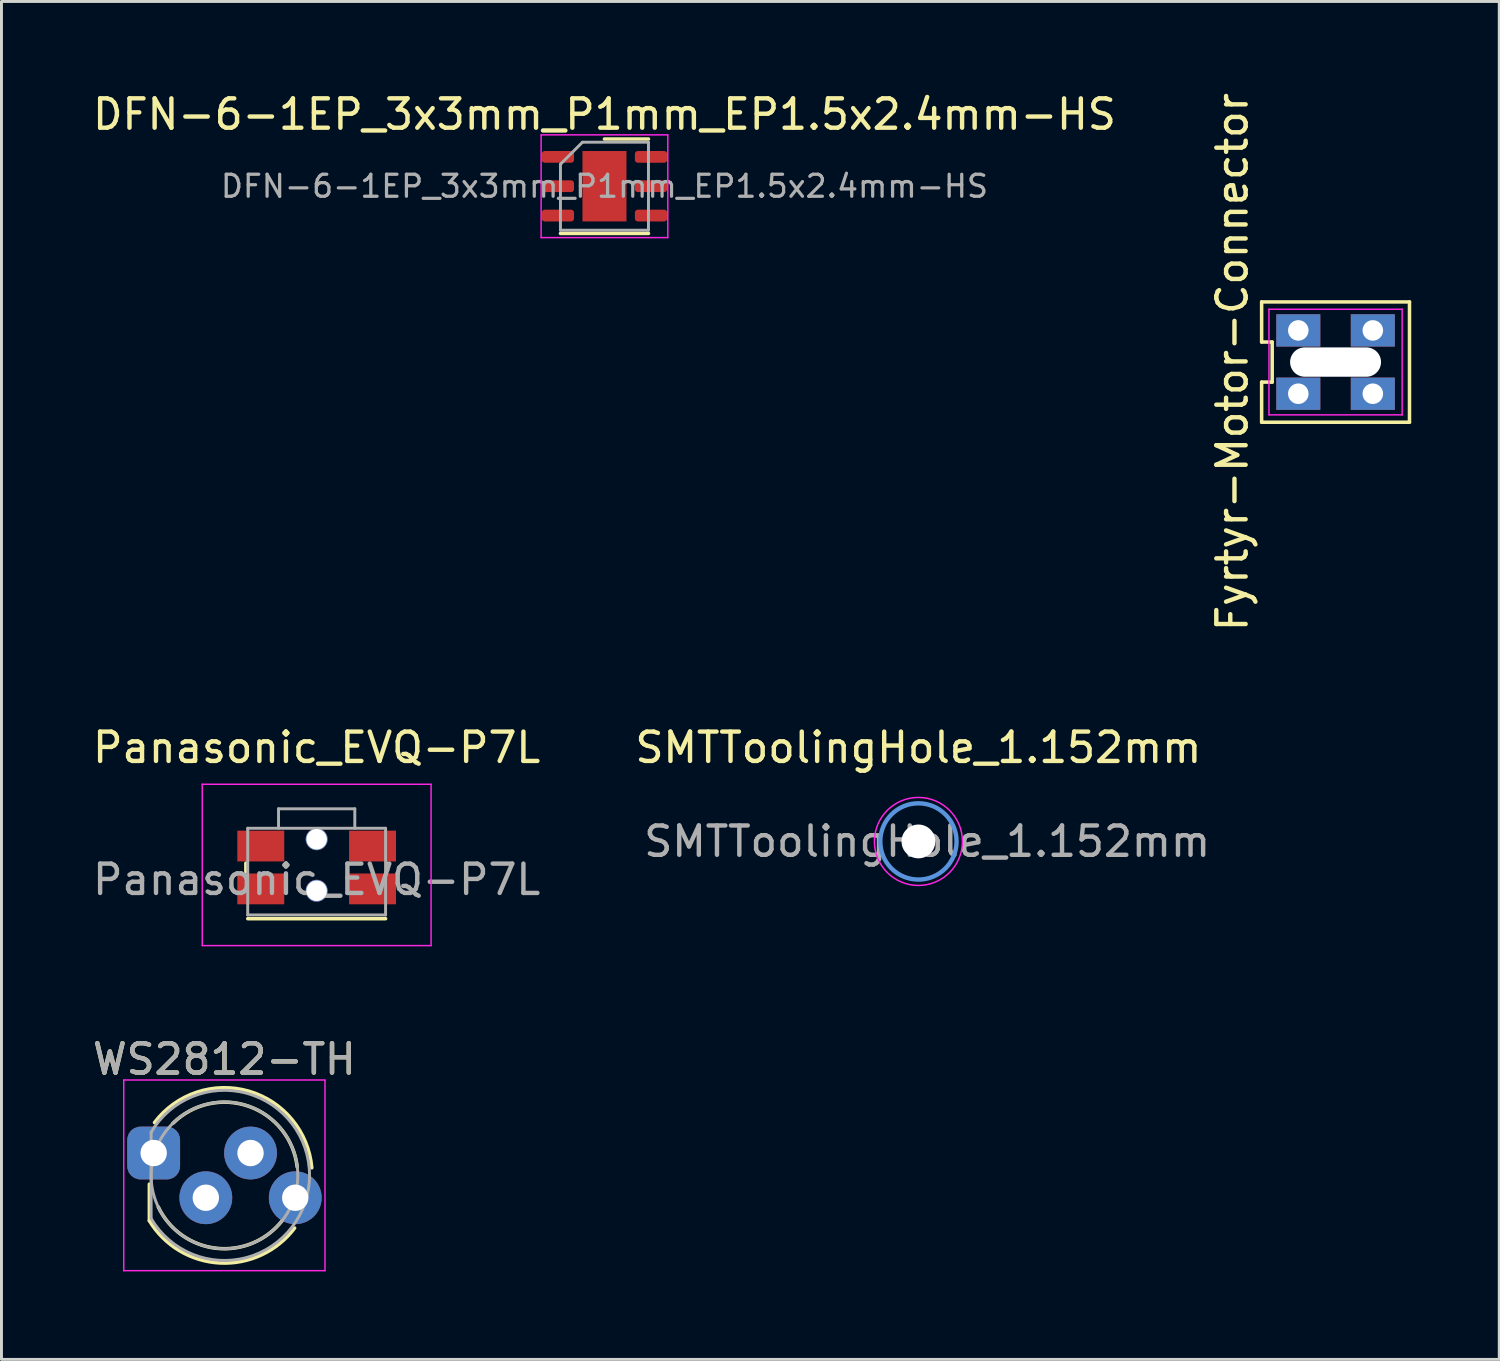
<source format=kicad_pcb>
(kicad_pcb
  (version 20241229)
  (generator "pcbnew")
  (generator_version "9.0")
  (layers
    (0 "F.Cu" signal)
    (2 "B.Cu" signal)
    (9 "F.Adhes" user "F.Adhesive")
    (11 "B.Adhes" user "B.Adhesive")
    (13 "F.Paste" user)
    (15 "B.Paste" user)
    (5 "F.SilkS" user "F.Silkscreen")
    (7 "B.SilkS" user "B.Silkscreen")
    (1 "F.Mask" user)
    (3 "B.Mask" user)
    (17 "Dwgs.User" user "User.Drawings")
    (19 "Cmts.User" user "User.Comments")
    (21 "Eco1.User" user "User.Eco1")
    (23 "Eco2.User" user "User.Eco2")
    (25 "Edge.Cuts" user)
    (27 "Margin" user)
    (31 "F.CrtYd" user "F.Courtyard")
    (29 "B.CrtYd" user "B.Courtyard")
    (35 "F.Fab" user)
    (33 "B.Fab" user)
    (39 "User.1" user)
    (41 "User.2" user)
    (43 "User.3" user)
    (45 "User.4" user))
  (footprint "WS2812-TH"
    (layer "F.Cu")
    (at 2.188 36.253)
    (property "Reference" "WS2812-TH" (at 2.413 -3.198 0) (layer "F.SilkS") (effects (font (size 1 1) (thickness 0.15))))
    (attr through_hole)
    (fp_line (start -0.147 1.061) (end -0.147 2.307) (stroke (width 0.12) (type solid)) (layer "F.SilkS"))
    (fp_arc (start 0.028 -1.038) (mid 3.238737 -2.109652) (end 5.389836 0.503784) (stroke (width 0.12) (type solid)) (layer "F.SilkS"))
    (fp_arc (start 0.660401 -1.015999) (mid 3.242766 -1.592649) (end 4.89309 0.475579) (stroke (width 0.12) (type solid)) (layer "F.SilkS"))
    (fp_arc (start 4.372086 2.315056) (mid 2.134091 3.246393) (end 0.158316 1.842) (stroke (width 0.12) (type solid)) (layer "F.SilkS"))
    (fp_arc (start 4.804334 2.556887) (mid 2.262188 3.748194) (end -0.147 2.30683) (stroke (width 0.12) (type solid)) (layer "F.SilkS"))
    (fp_line (start -1.02 -2.49) (end 5.83 -2.49) (stroke (width 0.05) (type solid)) (layer "F.CrtYd"))
    (fp_line (start -1.02 4.01) (end -1.02 -2.49) (stroke (width 0.05) (type solid)) (layer "F.CrtYd"))
    (fp_line (start 5.84 -2.49) (end 5.84 4.01) (stroke (width 0.05) (type solid)) (layer "F.CrtYd"))
    (fp_line (start 5.84 4.01) (end -1.02 4.01) (stroke (width 0.05) (type solid)) (layer "F.CrtYd"))
    (fp_line (start -0.087 -0.708) (end -0.087 2.232) (stroke (width 0.1) (type solid)) (layer "F.Fab"))
    (fp_arc (start -0.087 -0.707694) (mid 5.313 0.762016) (end -0.087016 2.231666) (stroke (width 0.1) (type solid)) (layer "F.Fab"))
    (fp_circle (center 2.413 0.762) (end 4.913 0.762) (stroke (width 0.1) (type solid)) (fill no) (layer "F.Fab"))
    (fp_text user "${REFERENCE}" (at 2.413 -3.198 0) (layer "F.Fab") (effects (font (size 1 1) (thickness 0.15))))
    (pad "1" thru_hole circle (at 4.826 1.524) (size 1.8 1.8) (drill 0.9) (layers "*.Cu" "*.Mask"))
    (pad "2" thru_hole circle (at 3.302 0) (size 1.8 1.8) (drill 0.9) (layers "*.Cu" "*.Mask"))
    (pad "3" thru_hole circle (at 1.778 1.524) (size 1.8 1.8) (drill 0.9) (layers "*.Cu" "*.Mask"))
    (pad "4" thru_hole roundrect (at 0 0) (size 1.8 1.8) (drill 0.9) (layers "*.Cu" "*.Mask") (roundrect_rratio 0.25)))
  (footprint "SMTToolingHole_1.152mm"
    (layer "F.Cu")
    (at 28.256 25.632)
    (property "Reference" "SMTToolingHole_1.152mm" (at 0 -3.2 0) (layer "F.SilkS") (effects (font (size 1 1) (thickness 0.15))))
    (attr exclude_from_pos_files exclude_from_bom)
    (fp_circle (center 0 0) (end 1.3 0) (stroke (width 0.15) (type solid)) (fill no) (layer "Cmts.User"))
    (fp_circle (center 0 0) (end 1.5 0) (stroke (width 0.05) (type solid)) (fill no) (layer "F.CrtYd"))
    (fp_text user "${REFERENCE}" (at 0.3 0 0) (layer "F.Fab") (effects (font (size 1 1) (thickness 0.15))))
    (pad "" np_thru_hole circle (at 0 0) (size 1.152 1.152) (drill 1.152) (layers "*.Cu" "*.Mask")))
  (footprint "DFN-6-1EP_3x3mm_P1mm_EP1.5x2.4mm-HS"
    (layer "F.Cu")
    (at 17.554 3.298)
    (property "Reference" "DFN-6-1EP_3x3mm_P1mm_EP1.5x2.4mm-HS" (at 0 -2.45 180) (layer "F.SilkS") (effects (font (size 1 1) (thickness 0.15))))
    (attr smd)
    (fp_line (start -1.5 1.61) (end 1.5 1.61) (stroke (width 0.12) (type solid)) (layer "F.SilkS"))
    (fp_line (start 0 -1.61) (end 1.5 -1.61) (stroke (width 0.12) (type solid)) (layer "F.SilkS"))
    (fp_line (start -2.159 -1.75) (end -2.159 1.75) (stroke (width 0.05) (type solid)) (layer "F.CrtYd"))
    (fp_line (start -2.159 1.75) (end 2.159 1.75) (stroke (width 0.05) (type solid)) (layer "F.CrtYd"))
    (fp_line (start 2.159 -1.75) (end -2.159 -1.75) (stroke (width 0.05) (type solid)) (layer "F.CrtYd"))
    (fp_line (start 2.159 1.75) (end 2.159 -1.75) (stroke (width 0.05) (type solid)) (layer "F.CrtYd"))
    (fp_line (start -1.5 -0.75) (end -0.75 -1.5) (stroke (width 0.1) (type solid)) (layer "F.Fab"))
    (fp_line (start -1.5 1.5) (end -1.5 -0.75) (stroke (width 0.1) (type solid)) (layer "F.Fab"))
    (fp_line (start -0.75 -1.5) (end 1.5 -1.5) (stroke (width 0.1) (type solid)) (layer "F.Fab"))
    (fp_line (start 1.5 -1.5) (end 1.5 1.5) (stroke (width 0.1) (type solid)) (layer "F.Fab"))
    (fp_line (start 1.5 1.5) (end -1.5 1.5) (stroke (width 0.1) (type solid)) (layer "F.Fab"))
    (fp_text user "${REFERENCE}" (at 0 0 180) (layer "F.Fab") (effects (font (size 0.75 0.75) (thickness 0.11))))
    (pad "" smd roundrect (at -0.375 -0.6) (size 0.6 0.97) (layers "F.Paste") (roundrect_rratio 0.25))
    (pad "" smd roundrect (at -0.375 0.6) (size 0.6 0.97) (layers "F.Paste") (roundrect_rratio 0.25))
    (pad "" smd roundrect (at 0.375 -0.6) (size 0.6 0.97) (layers "F.Paste") (roundrect_rratio 0.25))
    (pad "" smd roundrect (at 0.375 0.6) (size 0.6 0.97) (layers "F.Paste") (roundrect_rratio 0.25))
    (pad "1" smd roundrect (at -1.587 -1) (size 1.1 0.4) (layers "F.Cu" "F.Mask" "F.Paste") (roundrect_rratio 0.25))
    (pad "2" smd roundrect (at -1.587 0) (size 1.1 0.4) (layers "F.Cu" "F.Mask" "F.Paste") (roundrect_rratio 0.25))
    (pad "3" smd roundrect (at -1.587 1) (size 1.1 0.4) (layers "F.Cu" "F.Mask" "F.Paste") (roundrect_rratio 0.25))
    (pad "4" smd roundrect (at 1.587 1) (size 1.1 0.4) (layers "F.Cu" "F.Mask" "F.Paste") (roundrect_rratio 0.25))
    (pad "5" smd roundrect (at 1.587 0) (size 1.1 0.4) (layers "F.Cu" "F.Mask" "F.Paste") (roundrect_rratio 0.25))
    (pad "6" smd roundrect (at 1.587 -1) (size 1.1 0.4) (layers "F.Cu" "F.Mask" "F.Paste") (roundrect_rratio 0.25))
    (pad "7" smd rect (at 0 0) (size 1.5 2.4) (layers "F.Cu" "F.Mask")))
  (footprint "Fyrtyr-Motor-Connector"
    (layer "F.Cu")
    (at 42.475 9.292)
    (property "Reference" "Fyrtyr-Motor-Connector" (at -3.52 0 90) (layer "F.SilkS") (effects (font (size 1 1) (thickness 0.15))))
    (attr through_hole)
    (fp_line (start -2.52 -2.05) (end -2.52 -0.683) (stroke (width 0.12) (type solid)) (layer "F.SilkS"))
    (fp_line (start -2.52 -0.683) (end -2.16 -0.683) (stroke (width 0.12) (type solid)) (layer "F.SilkS"))
    (fp_line (start -2.52 0.683) (end -2.52 2.05) (stroke (width 0.12) (type solid)) (layer "F.SilkS"))
    (fp_line (start -2.52 2.05) (end 2.52 2.05) (stroke (width 0.12) (type solid)) (layer "F.SilkS"))
    (fp_line (start -2.16 -0.683) (end -2.16 0.683) (stroke (width 0.12) (type solid)) (layer "F.SilkS"))
    (fp_line (start -2.16 0.683) (end -2.52 0.683) (stroke (width 0.12) (type solid)) (layer "F.SilkS"))
    (fp_line (start 2.52 -2.05) (end -2.52 -2.05) (stroke (width 0.12) (type solid)) (layer "F.SilkS"))
    (fp_line (start 2.52 2.05) (end 2.52 -2.05) (stroke (width 0.12) (type solid)) (layer "F.SilkS"))
    (fp_line (start -2.27 -1.8) (end 2.27 -1.8) (stroke (width 0.05) (type solid)) (layer "F.CrtYd"))
    (fp_line (start -2.27 1.8) (end -2.27 -1.8) (stroke (width 0.05) (type solid)) (layer "F.CrtYd"))
    (fp_line (start 2.27 -1.8) (end 2.27 1.8) (stroke (width 0.05) (type solid)) (layer "F.CrtYd"))
    (fp_line (start 2.27 1.8) (end -2.27 1.8) (stroke (width 0.05) (type solid)) (layer "F.CrtYd"))
    (pad "" np_thru_hole oval (at 0 0) (size 3.1 1) (drill oval 3.1 1) (layers "*.Cu" "*.Mask"))
    (pad "1" thru_hole rect (at 1.27 1.079) (size 1.5 1.1) (drill 0.7) (layers "*.Cu" "*.Mask"))
    (pad "2" thru_hole rect (at -1.27 1.079) (size 1.5 1.1) (drill 0.7) (layers "*.Cu" "*.Mask"))
    (pad "3" thru_hole rect (at 1.27 -1.079) (size 1.5 1.1) (drill 0.7) (layers "*.Cu" "*.Mask"))
    (pad "4" thru_hole rect (at -1.27 -1.079) (size 1.5 1.1) (drill 0.7) (layers "*.Cu" "*.Mask")))
  (footprint "Panasonic_EVQ-P7L"
    (layer "F.Cu")
    (at 7.744 26.932)
    (property "Reference" "Panasonic_EVQ-P7L" (at 0 -4.5 0) (layer "F.SilkS") (effects (font (size 1 1) (thickness 0.15))))
    (attr smd)
    (fp_line (start -2.413 -0.276) (end -2.413 -0.559) (stroke (width 0.12) (type solid)) (layer "F.SilkS"))
    (fp_line (start 2.35 1.333) (end -2.349 1.333) (stroke (width 0.12) (type solid)) (layer "F.SilkS"))
    (fp_line (start 2.413 -0.305) (end 2.413 -0.55) (stroke (width 0.12) (type solid)) (layer "F.SilkS"))
    (fp_line (start -3.9 2.25) (end -3.9 -3.25) (stroke (width 0.05) (type solid)) (layer "F.CrtYd"))
    (fp_line (start 3.9 -3.25) (end -3.9 -3.25) (stroke (width 0.05) (type solid)) (layer "F.CrtYd"))
    (fp_line (start 3.9 2.25) (end -3.9 2.25) (stroke (width 0.05) (type solid)) (layer "F.CrtYd"))
    (fp_line (start 3.9 2.25) (end 3.9 -3.25) (stroke (width 0.05) (type solid)) (layer "F.CrtYd"))
    (fp_line (start -2.35 1.206) (end -2.35 -1.75) (stroke (width 0.1) (type solid)) (layer "F.Fab"))
    (fp_line (start -1.3 -2.413) (end -1.3 -1.75) (stroke (width 0.1) (type solid)) (layer "F.Fab"))
    (fp_line (start 1.3 -2.413) (end -1.3 -2.413) (stroke (width 0.1) (type solid)) (layer "F.Fab"))
    (fp_line (start 1.3 -2.413) (end 1.3 -1.75) (stroke (width 0.1) (type solid)) (layer "F.Fab"))
    (fp_line (start 2.349 1.206) (end 2.35 -1.75) (stroke (width 0.1) (type solid)) (layer "F.Fab"))
    (fp_line (start 2.35 -1.75) (end -2.35 -1.75) (stroke (width 0.1) (type solid)) (layer "F.Fab"))
    (fp_line (start 2.35 1.206) (end -2.35 1.206) (stroke (width 0.1) (type solid)) (layer "F.Fab"))
    (fp_text user "${REFERENCE}" (at 0 0 0) (layer "F.Fab") (effects (font (size 1 1) (thickness 0.15))))
    (pad "" np_thru_hole circle (at 0 -1.375 180) (size 0.75 0.75) (drill 0.7) (layers "*.Cu" "*.Mask"))
    (pad "" np_thru_hole circle (at 0 0.381 180) (size 0.75 0.75) (drill 0.7) (layers "*.Cu" "*.Mask"))
    (pad "1" smd rect (at -1.905 -1.143 180) (size 1.6 1.05) (layers "F.Cu" "F.Mask" "F.Paste"))
    (pad "1" smd rect (at 1.905 -1.143 180) (size 1.6 1.05) (layers "F.Cu" "F.Mask" "F.Paste"))
    (pad "2" smd rect (at -1.905 0.318 180) (size 1.6 1.05) (layers "F.Cu" "F.Mask" "F.Paste"))
    (pad "2" smd rect (at 1.905 0.318 180) (size 1.6 1.05) (layers "F.Cu" "F.Mask" "F.Paste")))
  (gr_rect
    (start -3 -3)
    (end 48.055 43.288)
    (stroke (width 0.1) (type default))
    (fill no)
    (layer "Edge.Cuts")))
</source>
